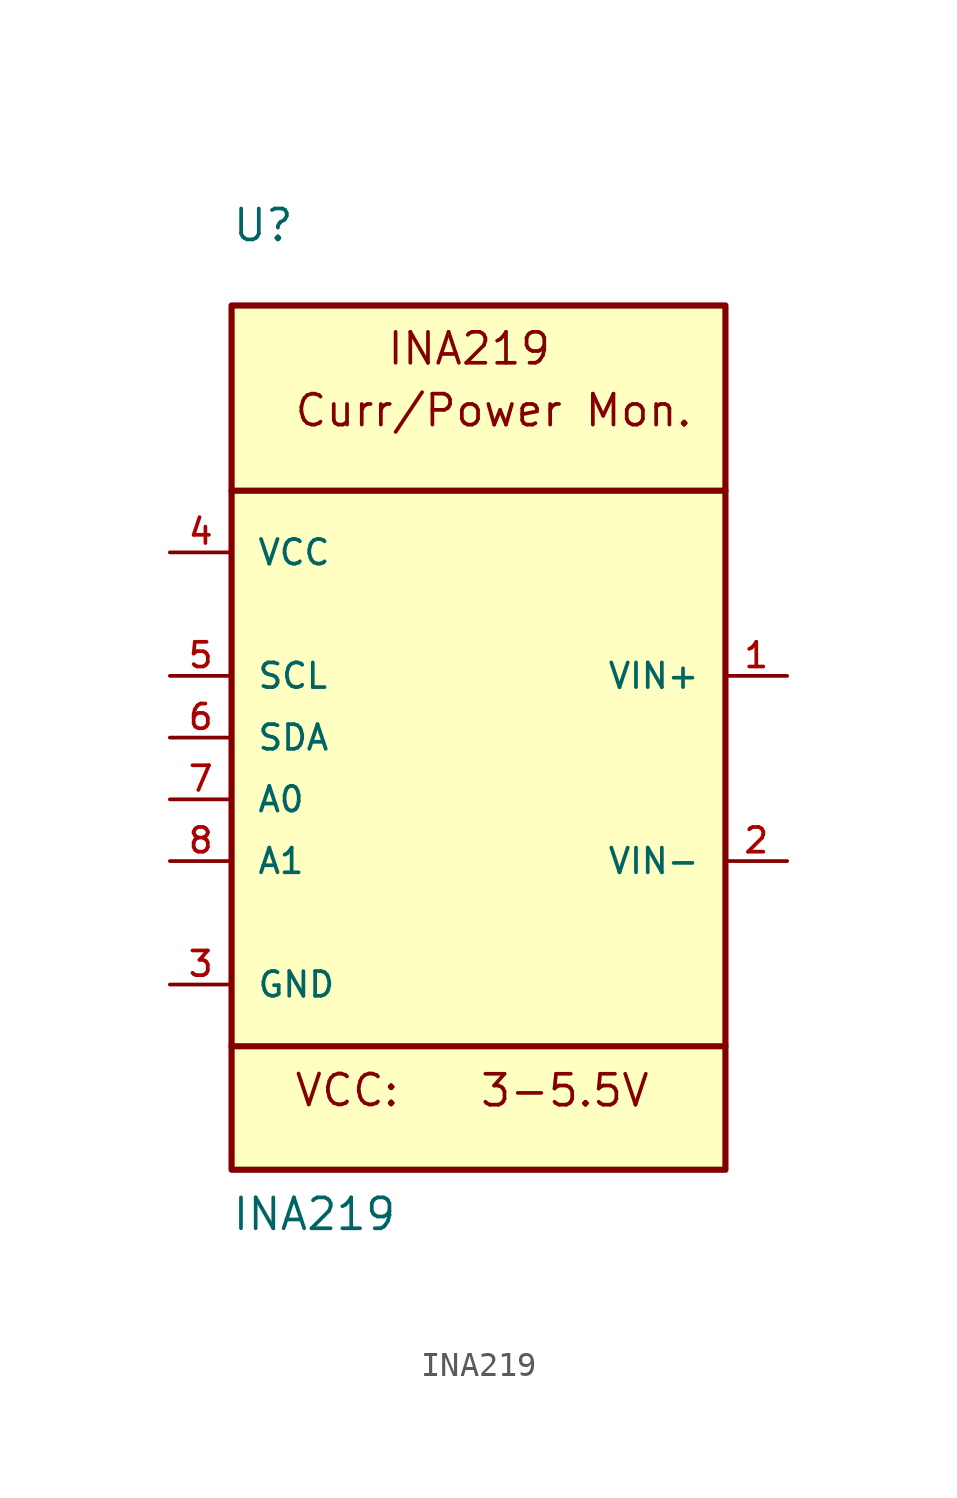
<source format=kicad_sym>
(kicad_symbol_lib
  (version 20211014)
  (generator kicad_symbol_editor)
  (symbol "INA219"
    (pin_names
      (offset 1.016))
    (property "Reference" "U"
      (at -10.169 20.337 0)
      (effects (font (size 1.27 1.27)) (justify bottom left)))
    (property "Value" "INA219"
      (at -10.176 -20.352 0)
      (effects (font (size 1.27 1.27)) (justify bottom left)))
    (symbol "INA219_0_0"
      (polyline (pts (xy -10.16 10.16) (xy 10.16 10.16)) (stroke (width 0.254)))
      (polyline (pts (xy -10.16 -12.7) (xy 10.16 -12.7)) (stroke (width 0.254)))
      (text "INA219" (at -3.815 15.26 0) (effects (font (size 1.272 1.272)) (justify bottom left)))
      (text "Curr/Power Mon." (at -7.63 12.716 0) (effects (font (size 1.272 1.272)) (justify bottom left)))
      (text "VCC:" (at -7.628 -15.256 0) (effects (font (size 1.271 1.271)) (justify bottom left)))
      (text "3-5.5V" (at 0.0 -15.267 0) (effects (font (size 1.272 1.272)) (justify bottom left)))
      (rectangle (start -10.16 -17.78) (end 10.16 17.78) (stroke (width 0.254)) (fill (type background)))
      (pin bidirectional line (at -12.7 -2.54 0) (length 2.54) (name "A0" (effects (font (size 1.016 1.016)))) (number "7" (effects (font (size 1.016 1.016)))))
      (pin bidirectional line (at -12.7 -5.08 0) (length 2.54) (name "A1" (effects (font (size 1.016 1.016)))) (number "8" (effects (font (size 1.016 1.016)))))
      (pin bidirectional line (at -12.7 -10.16 0) (length 2.54) (name "GND" (effects (font (size 1.016 1.016)))) (number "3" (effects (font (size 1.016 1.016)))))
      (pin bidirectional line (at -12.7 2.54 0) (length 2.54) (name "SCL" (effects (font (size 1.016 1.016)))) (number "5" (effects (font (size 1.016 1.016)))))
      (pin bidirectional line (at -12.7 0.0 0) (length 2.54) (name "SDA" (effects (font (size 1.016 1.016)))) (number "6" (effects (font (size 1.016 1.016)))))
      (pin bidirectional line (at -12.7 7.62 0) (length 2.54) (name "VCC" (effects (font (size 1.016 1.016)))) (number "4" (effects (font (size 1.016 1.016)))))
      (pin bidirectional line (at 12.7 2.54 180.0) (length 2.54) (name "VIN+" (effects (font (size 1.016 1.016)))) (number "1" (effects (font (size 1.016 1.016)))))
      (pin bidirectional line (at 12.7 -5.08 180.0) (length 2.54) (name "VIN-" (effects (font (size 1.016 1.016)))) (number "2" (effects (font (size 1.016 1.016))))))))
</source>
